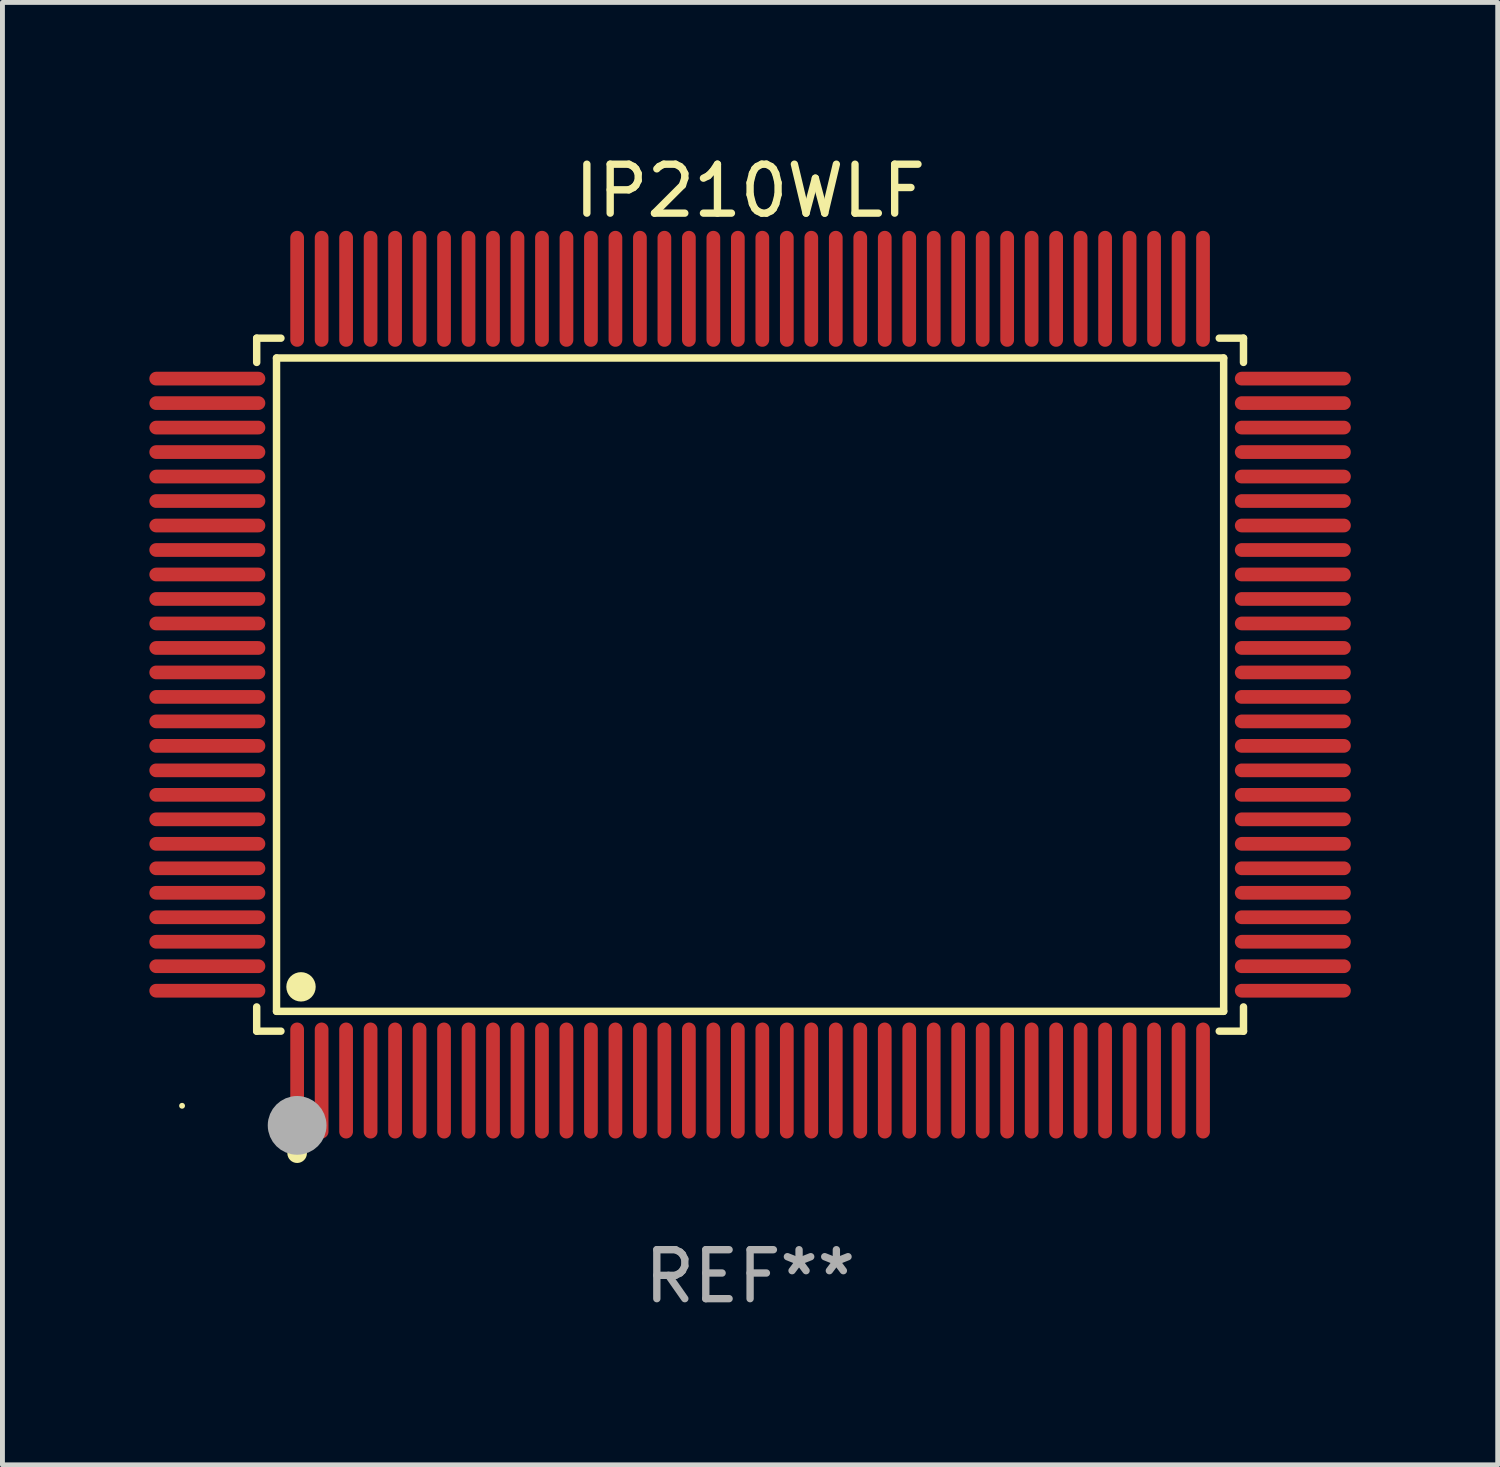
<source format=kicad_pcb>
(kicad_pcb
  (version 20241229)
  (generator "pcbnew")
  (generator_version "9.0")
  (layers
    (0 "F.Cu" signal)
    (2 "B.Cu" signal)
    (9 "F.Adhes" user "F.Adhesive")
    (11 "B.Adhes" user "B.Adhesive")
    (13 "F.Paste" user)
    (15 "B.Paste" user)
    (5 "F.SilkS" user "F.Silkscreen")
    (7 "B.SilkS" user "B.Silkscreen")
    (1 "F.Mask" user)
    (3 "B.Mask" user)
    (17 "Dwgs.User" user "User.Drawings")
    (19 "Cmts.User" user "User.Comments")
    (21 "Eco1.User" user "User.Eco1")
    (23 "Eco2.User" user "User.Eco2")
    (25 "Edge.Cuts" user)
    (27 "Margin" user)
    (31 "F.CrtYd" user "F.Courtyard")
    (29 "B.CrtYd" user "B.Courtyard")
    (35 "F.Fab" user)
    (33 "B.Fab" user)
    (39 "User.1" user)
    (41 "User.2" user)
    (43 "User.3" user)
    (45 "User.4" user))
  (footprint "IP210WLF"
    (layer "F.Cu")
    (at 12.268 10.932)
    (property "Reference" "IP210WLF" (at 0 -10.084 0) (layer "F.SilkS") (effects (font (size 1 1) (thickness 0.15))))
    (attr through_hole)
    (fp_line (start -10.076 -7.076) (end -9.581 -7.076) (stroke (width 0.152) (type solid)) (layer "F.SilkS"))
    (fp_line (start -10.076 -6.581) (end -10.076 -7.076) (stroke (width 0.152) (type solid)) (layer "F.SilkS"))
    (fp_line (start -10.076 6.581) (end -10.076 7.076) (stroke (width 0.152) (type solid)) (layer "F.SilkS"))
    (fp_line (start -10.076 7.076) (end -9.581 7.076) (stroke (width 0.152) (type solid)) (layer "F.SilkS"))
    (fp_line (start -9.671 -6.671) (end 9.671 -6.671) (stroke (width 0.152) (type solid)) (layer "F.SilkS"))
    (fp_line (start -9.671 6.671) (end -9.671 -6.671) (stroke (width 0.152) (type solid)) (layer "F.SilkS"))
    (fp_line (start 9.671 -6.671) (end 9.671 6.671) (stroke (width 0.152) (type solid)) (layer "F.SilkS"))
    (fp_line (start 9.671 6.671) (end -9.671 6.671) (stroke (width 0.152) (type solid)) (layer "F.SilkS"))
    (fp_line (start 10.076 -7.076) (end 9.581 -7.076) (stroke (width 0.152) (type solid)) (layer "F.SilkS"))
    (fp_line (start 10.076 -6.581) (end 10.076 -7.076) (stroke (width 0.152) (type solid)) (layer "F.SilkS"))
    (fp_line (start 10.076 6.581) (end 10.076 7.076) (stroke (width 0.152) (type solid)) (layer "F.SilkS"))
    (fp_line (start 10.076 7.076) (end 9.581 7.076) (stroke (width 0.152) (type solid)) (layer "F.SilkS"))
    (fp_circle (center -11.6 8.6) (end -11.57 8.6) (stroke (width 0.06) (type solid)) (fill no) (layer "F.SilkS"))
    (fp_circle (center -9.25 9.568) (end -9.15 9.568) (stroke (width 0.2) (type solid)) (fill no) (layer "F.SilkS"))
    (fp_circle (center -9.171 6.171) (end -9.021 6.171) (stroke (width 0.3) (type solid)) (fill no) (layer "F.SilkS"))
    (fp_circle (center -9.25 9) (end -8.95 9) (stroke (width 0.6) (type solid)) (fill no) (layer "F.Fab"))
    (fp_text user "REF**" (at 0 12.084 0) (layer "F.Fab") (effects (font (size 1 1) (thickness 0.15))))
    (pad "1" smd oval (at -9.25 8.084) (size 0.28 2.368) (layers "F.Cu" "F.Mask" "F.Paste"))
    (pad "2" smd oval (at -8.75 8.084) (size 0.28 2.368) (layers "F.Cu" "F.Mask" "F.Paste"))
    (pad "3" smd oval (at -8.25 8.084) (size 0.28 2.368) (layers "F.Cu" "F.Mask" "F.Paste"))
    (pad "4" smd oval (at -7.75 8.084) (size 0.28 2.368) (layers "F.Cu" "F.Mask" "F.Paste"))
    (pad "5" smd oval (at -7.25 8.084) (size 0.28 2.368) (layers "F.Cu" "F.Mask" "F.Paste"))
    (pad "6" smd oval (at -6.75 8.084) (size 0.28 2.368) (layers "F.Cu" "F.Mask" "F.Paste"))
    (pad "7" smd oval (at -6.25 8.084) (size 0.28 2.368) (layers "F.Cu" "F.Mask" "F.Paste"))
    (pad "8" smd oval (at -5.75 8.084) (size 0.28 2.368) (layers "F.Cu" "F.Mask" "F.Paste"))
    (pad "9" smd oval (at -5.25 8.084) (size 0.28 2.368) (layers "F.Cu" "F.Mask" "F.Paste"))
    (pad "10" smd oval (at -4.75 8.084) (size 0.28 2.368) (layers "F.Cu" "F.Mask" "F.Paste"))
    (pad "11" smd oval (at -4.25 8.084) (size 0.28 2.368) (layers "F.Cu" "F.Mask" "F.Paste"))
    (pad "12" smd oval (at -3.75 8.084) (size 0.28 2.368) (layers "F.Cu" "F.Mask" "F.Paste"))
    (pad "13" smd oval (at -3.25 8.084) (size 0.28 2.368) (layers "F.Cu" "F.Mask" "F.Paste"))
    (pad "14" smd oval (at -2.75 8.084) (size 0.28 2.368) (layers "F.Cu" "F.Mask" "F.Paste"))
    (pad "15" smd oval (at -2.25 8.084) (size 0.28 2.368) (layers "F.Cu" "F.Mask" "F.Paste"))
    (pad "16" smd oval (at -1.75 8.084) (size 0.28 2.368) (layers "F.Cu" "F.Mask" "F.Paste"))
    (pad "17" smd oval (at -1.25 8.084) (size 0.28 2.368) (layers "F.Cu" "F.Mask" "F.Paste"))
    (pad "18" smd oval (at -0.75 8.084) (size 0.28 2.368) (layers "F.Cu" "F.Mask" "F.Paste"))
    (pad "19" smd oval (at -0.25 8.084) (size 0.28 2.368) (layers "F.Cu" "F.Mask" "F.Paste"))
    (pad "20" smd oval (at 0.25 8.084) (size 0.28 2.368) (layers "F.Cu" "F.Mask" "F.Paste"))
    (pad "21" smd oval (at 0.75 8.084) (size 0.28 2.368) (layers "F.Cu" "F.Mask" "F.Paste"))
    (pad "22" smd oval (at 1.25 8.084) (size 0.28 2.368) (layers "F.Cu" "F.Mask" "F.Paste"))
    (pad "23" smd oval (at 1.75 8.084) (size 0.28 2.368) (layers "F.Cu" "F.Mask" "F.Paste"))
    (pad "24" smd oval (at 2.25 8.084) (size 0.28 2.368) (layers "F.Cu" "F.Mask" "F.Paste"))
    (pad "25" smd oval (at 2.75 8.084) (size 0.28 2.368) (layers "F.Cu" "F.Mask" "F.Paste"))
    (pad "26" smd oval (at 3.25 8.084) (size 0.28 2.368) (layers "F.Cu" "F.Mask" "F.Paste"))
    (pad "27" smd oval (at 3.75 8.084) (size 0.28 2.368) (layers "F.Cu" "F.Mask" "F.Paste"))
    (pad "28" smd oval (at 4.25 8.084) (size 0.28 2.368) (layers "F.Cu" "F.Mask" "F.Paste"))
    (pad "29" smd oval (at 4.75 8.084) (size 0.28 2.368) (layers "F.Cu" "F.Mask" "F.Paste"))
    (pad "30" smd oval (at 5.25 8.084) (size 0.28 2.368) (layers "F.Cu" "F.Mask" "F.Paste"))
    (pad "31" smd oval (at 5.75 8.084) (size 0.28 2.368) (layers "F.Cu" "F.Mask" "F.Paste"))
    (pad "32" smd oval (at 6.25 8.084) (size 0.28 2.368) (layers "F.Cu" "F.Mask" "F.Paste"))
    (pad "33" smd oval (at 6.75 8.084) (size 0.28 2.368) (layers "F.Cu" "F.Mask" "F.Paste"))
    (pad "34" smd oval (at 7.25 8.084) (size 0.28 2.368) (layers "F.Cu" "F.Mask" "F.Paste"))
    (pad "35" smd oval (at 7.75 8.084) (size 0.28 2.368) (layers "F.Cu" "F.Mask" "F.Paste"))
    (pad "36" smd oval (at 8.25 8.084) (size 0.28 2.368) (layers "F.Cu" "F.Mask" "F.Paste"))
    (pad "37" smd oval (at 8.75 8.084) (size 0.28 2.368) (layers "F.Cu" "F.Mask" "F.Paste"))
    (pad "38" smd oval (at 9.25 8.084) (size 0.28 2.368) (layers "F.Cu" "F.Mask" "F.Paste"))
    (pad "39" smd oval (at 11.084 6.25) (size 2.368 0.28) (layers "F.Cu" "F.Mask" "F.Paste"))
    (pad "40" smd oval (at 11.084 5.75) (size 2.368 0.28) (layers "F.Cu" "F.Mask" "F.Paste"))
    (pad "41" smd oval (at 11.084 5.25) (size 2.368 0.28) (layers "F.Cu" "F.Mask" "F.Paste"))
    (pad "42" smd oval (at 11.084 4.75) (size 2.368 0.28) (layers "F.Cu" "F.Mask" "F.Paste"))
    (pad "43" smd oval (at 11.084 4.25) (size 2.368 0.28) (layers "F.Cu" "F.Mask" "F.Paste"))
    (pad "44" smd oval (at 11.084 3.75) (size 2.368 0.28) (layers "F.Cu" "F.Mask" "F.Paste"))
    (pad "45" smd oval (at 11.084 3.25) (size 2.368 0.28) (layers "F.Cu" "F.Mask" "F.Paste"))
    (pad "46" smd oval (at 11.084 2.75) (size 2.368 0.28) (layers "F.Cu" "F.Mask" "F.Paste"))
    (pad "47" smd oval (at 11.084 2.25) (size 2.368 0.28) (layers "F.Cu" "F.Mask" "F.Paste"))
    (pad "48" smd oval (at 11.084 1.75) (size 2.368 0.28) (layers "F.Cu" "F.Mask" "F.Paste"))
    (pad "49" smd oval (at 11.084 1.25) (size 2.368 0.28) (layers "F.Cu" "F.Mask" "F.Paste"))
    (pad "50" smd oval (at 11.084 0.75) (size 2.368 0.28) (layers "F.Cu" "F.Mask" "F.Paste"))
    (pad "51" smd oval (at 11.084 0.25) (size 2.368 0.28) (layers "F.Cu" "F.Mask" "F.Paste"))
    (pad "52" smd oval (at 11.084 -0.25) (size 2.368 0.28) (layers "F.Cu" "F.Mask" "F.Paste"))
    (pad "53" smd oval (at 11.084 -0.75) (size 2.368 0.28) (layers "F.Cu" "F.Mask" "F.Paste"))
    (pad "54" smd oval (at 11.084 -1.25) (size 2.368 0.28) (layers "F.Cu" "F.Mask" "F.Paste"))
    (pad "55" smd oval (at 11.084 -1.75) (size 2.368 0.28) (layers "F.Cu" "F.Mask" "F.Paste"))
    (pad "56" smd oval (at 11.084 -2.25) (size 2.368 0.28) (layers "F.Cu" "F.Mask" "F.Paste"))
    (pad "57" smd oval (at 11.084 -2.75) (size 2.368 0.28) (layers "F.Cu" "F.Mask" "F.Paste"))
    (pad "58" smd oval (at 11.084 -3.25) (size 2.368 0.28) (layers "F.Cu" "F.Mask" "F.Paste"))
    (pad "59" smd oval (at 11.084 -3.75) (size 2.368 0.28) (layers "F.Cu" "F.Mask" "F.Paste"))
    (pad "60" smd oval (at 11.084 -4.25) (size 2.368 0.28) (layers "F.Cu" "F.Mask" "F.Paste"))
    (pad "61" smd oval (at 11.084 -4.75) (size 2.368 0.28) (layers "F.Cu" "F.Mask" "F.Paste"))
    (pad "62" smd oval (at 11.084 -5.25) (size 2.368 0.28) (layers "F.Cu" "F.Mask" "F.Paste"))
    (pad "63" smd oval (at 11.084 -5.75) (size 2.368 0.28) (layers "F.Cu" "F.Mask" "F.Paste"))
    (pad "64" smd oval (at 11.084 -6.25) (size 2.368 0.28) (layers "F.Cu" "F.Mask" "F.Paste"))
    (pad "65" smd oval (at 9.25 -8.084) (size 0.28 2.368) (layers "F.Cu" "F.Mask" "F.Paste"))
    (pad "66" smd oval (at 8.75 -8.084) (size 0.28 2.368) (layers "F.Cu" "F.Mask" "F.Paste"))
    (pad "67" smd oval (at 8.25 -8.084) (size 0.28 2.368) (layers "F.Cu" "F.Mask" "F.Paste"))
    (pad "68" smd oval (at 7.75 -8.084) (size 0.28 2.368) (layers "F.Cu" "F.Mask" "F.Paste"))
    (pad "69" smd oval (at 7.25 -8.084) (size 0.28 2.368) (layers "F.Cu" "F.Mask" "F.Paste"))
    (pad "70" smd oval (at 6.75 -8.084) (size 0.28 2.368) (layers "F.Cu" "F.Mask" "F.Paste"))
    (pad "71" smd oval (at 6.25 -8.084) (size 0.28 2.368) (layers "F.Cu" "F.Mask" "F.Paste"))
    (pad "72" smd oval (at 5.75 -8.084) (size 0.28 2.368) (layers "F.Cu" "F.Mask" "F.Paste"))
    (pad "73" smd oval (at 5.25 -8.084) (size 0.28 2.368) (layers "F.Cu" "F.Mask" "F.Paste"))
    (pad "74" smd oval (at 4.75 -8.084) (size 0.28 2.368) (layers "F.Cu" "F.Mask" "F.Paste"))
    (pad "75" smd oval (at 4.25 -8.084) (size 0.28 2.368) (layers "F.Cu" "F.Mask" "F.Paste"))
    (pad "76" smd oval (at 3.75 -8.084) (size 0.28 2.368) (layers "F.Cu" "F.Mask" "F.Paste"))
    (pad "77" smd oval (at 3.25 -8.084) (size 0.28 2.368) (layers "F.Cu" "F.Mask" "F.Paste"))
    (pad "78" smd oval (at 2.75 -8.084) (size 0.28 2.368) (layers "F.Cu" "F.Mask" "F.Paste"))
    (pad "79" smd oval (at 2.25 -8.084) (size 0.28 2.368) (layers "F.Cu" "F.Mask" "F.Paste"))
    (pad "80" smd oval (at 1.75 -8.084) (size 0.28 2.368) (layers "F.Cu" "F.Mask" "F.Paste"))
    (pad "81" smd oval (at 1.25 -8.084) (size 0.28 2.368) (layers "F.Cu" "F.Mask" "F.Paste"))
    (pad "82" smd oval (at 0.75 -8.084) (size 0.28 2.368) (layers "F.Cu" "F.Mask" "F.Paste"))
    (pad "83" smd oval (at 0.25 -8.084) (size 0.28 2.368) (layers "F.Cu" "F.Mask" "F.Paste"))
    (pad "84" smd oval (at -0.25 -8.084) (size 0.28 2.368) (layers "F.Cu" "F.Mask" "F.Paste"))
    (pad "85" smd oval (at -0.75 -8.084) (size 0.28 2.368) (layers "F.Cu" "F.Mask" "F.Paste"))
    (pad "86" smd oval (at -1.25 -8.084) (size 0.28 2.368) (layers "F.Cu" "F.Mask" "F.Paste"))
    (pad "87" smd oval (at -1.75 -8.084) (size 0.28 2.368) (layers "F.Cu" "F.Mask" "F.Paste"))
    (pad "88" smd oval (at -2.25 -8.084) (size 0.28 2.368) (layers "F.Cu" "F.Mask" "F.Paste"))
    (pad "89" smd oval (at -2.75 -8.084) (size 0.28 2.368) (layers "F.Cu" "F.Mask" "F.Paste"))
    (pad "90" smd oval (at -3.25 -8.084) (size 0.28 2.368) (layers "F.Cu" "F.Mask" "F.Paste"))
    (pad "91" smd oval (at -3.75 -8.084) (size 0.28 2.368) (layers "F.Cu" "F.Mask" "F.Paste"))
    (pad "92" smd oval (at -4.25 -8.084) (size 0.28 2.368) (layers "F.Cu" "F.Mask" "F.Paste"))
    (pad "93" smd oval (at -4.75 -8.084) (size 0.28 2.368) (layers "F.Cu" "F.Mask" "F.Paste"))
    (pad "94" smd oval (at -5.25 -8.084) (size 0.28 2.368) (layers "F.Cu" "F.Mask" "F.Paste"))
    (pad "95" smd oval (at -5.75 -8.084) (size 0.28 2.368) (layers "F.Cu" "F.Mask" "F.Paste"))
    (pad "96" smd oval (at -6.25 -8.084) (size 0.28 2.368) (layers "F.Cu" "F.Mask" "F.Paste"))
    (pad "97" smd oval (at -6.75 -8.084) (size 0.28 2.368) (layers "F.Cu" "F.Mask" "F.Paste"))
    (pad "98" smd oval (at -7.25 -8.084) (size 0.28 2.368) (layers "F.Cu" "F.Mask" "F.Paste"))
    (pad "99" smd oval (at -7.75 -8.084) (size 0.28 2.368) (layers "F.Cu" "F.Mask" "F.Paste"))
    (pad "100" smd oval (at -8.25 -8.084) (size 0.28 2.368) (layers "F.Cu" "F.Mask" "F.Paste"))
    (pad "101" smd oval (at -8.75 -8.084) (size 0.28 2.368) (layers "F.Cu" "F.Mask" "F.Paste"))
    (pad "102" smd oval (at -9.25 -8.084) (size 0.28 2.368) (layers "F.Cu" "F.Mask" "F.Paste"))
    (pad "103" smd oval (at -11.084 -6.25) (size 2.368 0.28) (layers "F.Cu" "F.Mask" "F.Paste"))
    (pad "104" smd oval (at -11.084 -5.75) (size 2.368 0.28) (layers "F.Cu" "F.Mask" "F.Paste"))
    (pad "105" smd oval (at -11.084 -5.25) (size 2.368 0.28) (layers "F.Cu" "F.Mask" "F.Paste"))
    (pad "106" smd oval (at -11.084 -4.75) (size 2.368 0.28) (layers "F.Cu" "F.Mask" "F.Paste"))
    (pad "107" smd oval (at -11.084 -4.25) (size 2.368 0.28) (layers "F.Cu" "F.Mask" "F.Paste"))
    (pad "108" smd oval (at -11.084 -3.75) (size 2.368 0.28) (layers "F.Cu" "F.Mask" "F.Paste"))
    (pad "109" smd oval (at -11.084 -3.25) (size 2.368 0.28) (layers "F.Cu" "F.Mask" "F.Paste"))
    (pad "110" smd oval (at -11.084 -2.75) (size 2.368 0.28) (layers "F.Cu" "F.Mask" "F.Paste"))
    (pad "111" smd oval (at -11.084 -2.25) (size 2.368 0.28) (layers "F.Cu" "F.Mask" "F.Paste"))
    (pad "112" smd oval (at -11.084 -1.75) (size 2.368 0.28) (layers "F.Cu" "F.Mask" "F.Paste"))
    (pad "113" smd oval (at -11.084 -1.25) (size 2.368 0.28) (layers "F.Cu" "F.Mask" "F.Paste"))
    (pad "114" smd oval (at -11.084 -0.75) (size 2.368 0.28) (layers "F.Cu" "F.Mask" "F.Paste"))
    (pad "115" smd oval (at -11.084 -0.25) (size 2.368 0.28) (layers "F.Cu" "F.Mask" "F.Paste"))
    (pad "116" smd oval (at -11.084 0.25) (size 2.368 0.28) (layers "F.Cu" "F.Mask" "F.Paste"))
    (pad "117" smd oval (at -11.084 0.75) (size 2.368 0.28) (layers "F.Cu" "F.Mask" "F.Paste"))
    (pad "118" smd oval (at -11.084 1.25) (size 2.368 0.28) (layers "F.Cu" "F.Mask" "F.Paste"))
    (pad "119" smd oval (at -11.084 1.75) (size 2.368 0.28) (layers "F.Cu" "F.Mask" "F.Paste"))
    (pad "120" smd oval (at -11.084 2.25) (size 2.368 0.28) (layers "F.Cu" "F.Mask" "F.Paste"))
    (pad "121" smd oval (at -11.084 2.75) (size 2.368 0.28) (layers "F.Cu" "F.Mask" "F.Paste"))
    (pad "122" smd oval (at -11.084 3.25) (size 2.368 0.28) (layers "F.Cu" "F.Mask" "F.Paste"))
    (pad "123" smd oval (at -11.084 3.75) (size 2.368 0.28) (layers "F.Cu" "F.Mask" "F.Paste"))
    (pad "124" smd oval (at -11.084 4.25) (size 2.368 0.28) (layers "F.Cu" "F.Mask" "F.Paste"))
    (pad "125" smd oval (at -11.084 4.75) (size 2.368 0.28) (layers "F.Cu" "F.Mask" "F.Paste"))
    (pad "126" smd oval (at -11.084 5.25) (size 2.368 0.28) (layers "F.Cu" "F.Mask" "F.Paste"))
    (pad "127" smd oval (at -11.084 5.75) (size 2.368 0.28) (layers "F.Cu" "F.Mask" "F.Paste"))
    (pad "128" smd oval (at -11.084 6.25) (size 2.368 0.28) (layers "F.Cu" "F.Mask" "F.Paste")))
  (gr_rect
    (start -3 -3)
    (end 27.536 26.865)
    (stroke (width 0.1) (type default))
    (fill no)
    (layer "Edge.Cuts")))
</source>
